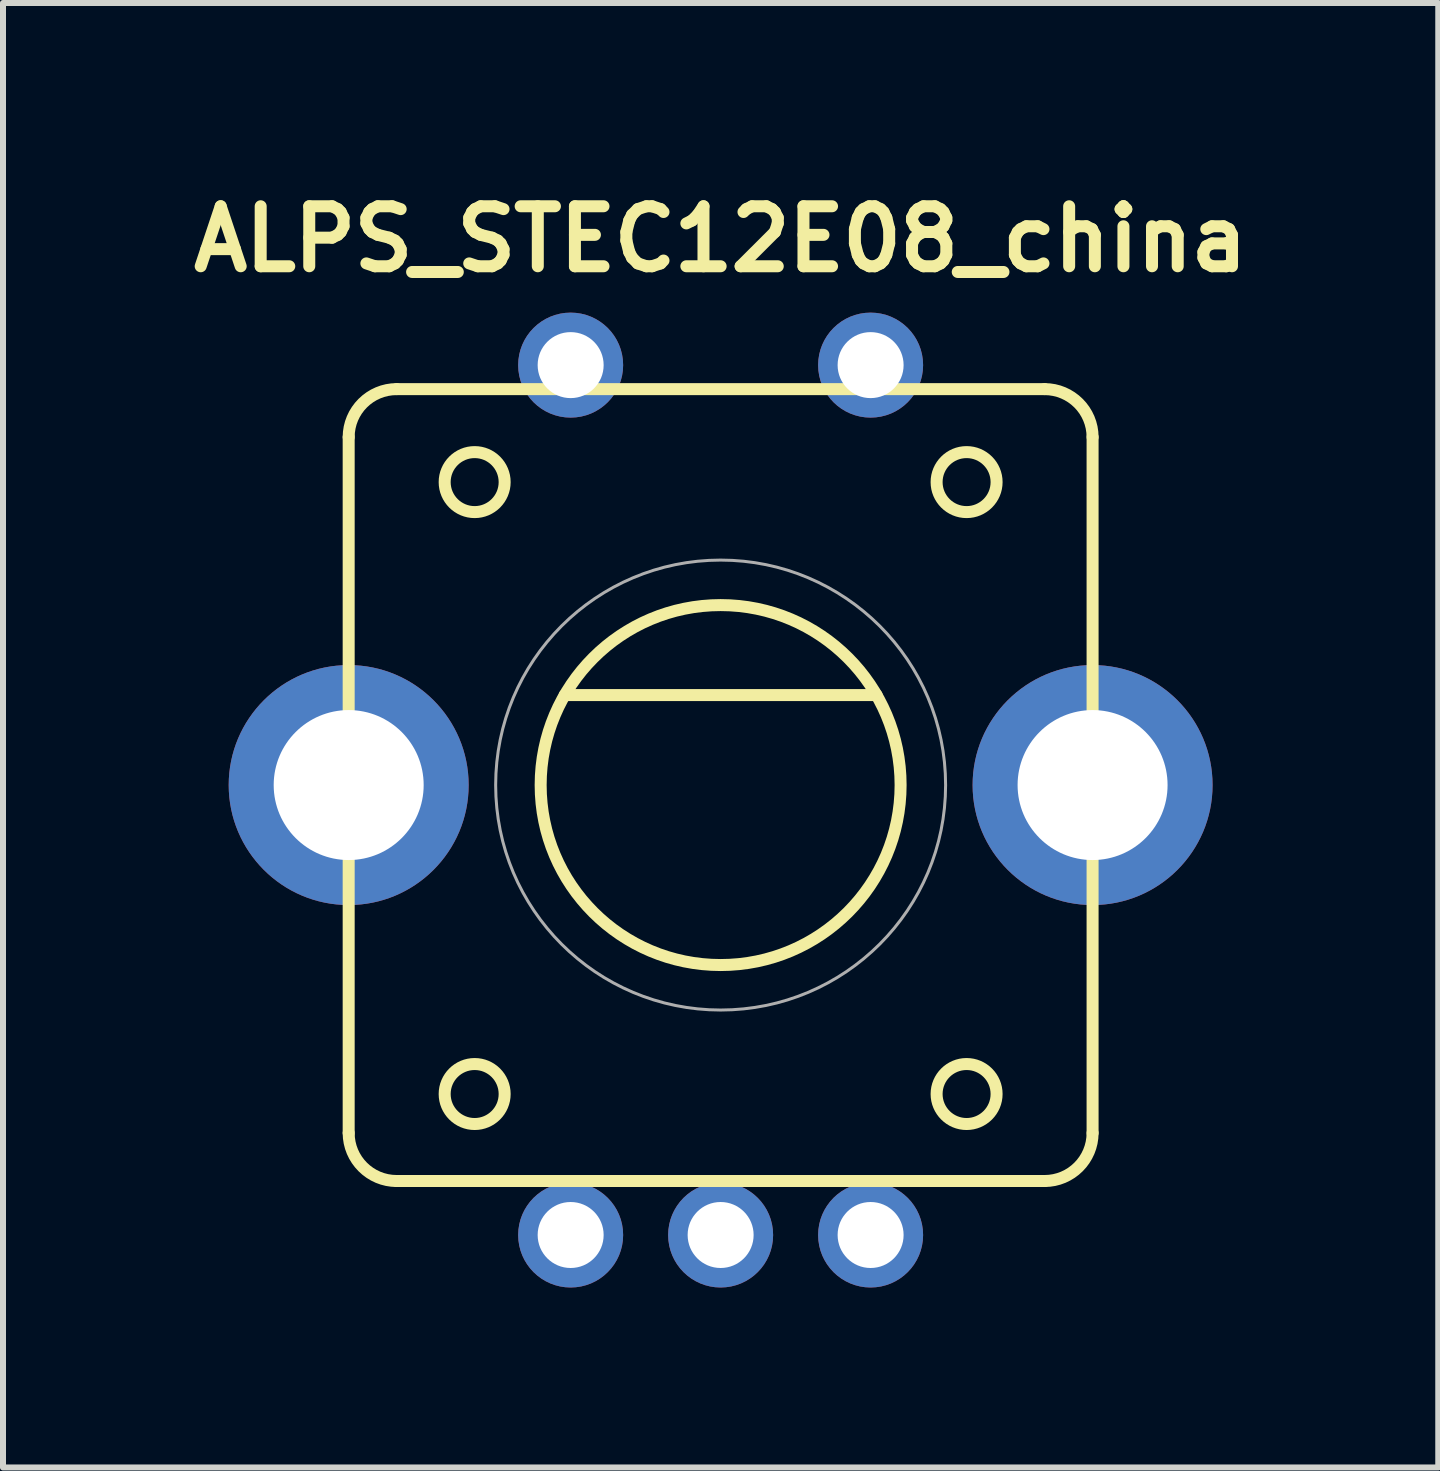
<source format=kicad_pcb>
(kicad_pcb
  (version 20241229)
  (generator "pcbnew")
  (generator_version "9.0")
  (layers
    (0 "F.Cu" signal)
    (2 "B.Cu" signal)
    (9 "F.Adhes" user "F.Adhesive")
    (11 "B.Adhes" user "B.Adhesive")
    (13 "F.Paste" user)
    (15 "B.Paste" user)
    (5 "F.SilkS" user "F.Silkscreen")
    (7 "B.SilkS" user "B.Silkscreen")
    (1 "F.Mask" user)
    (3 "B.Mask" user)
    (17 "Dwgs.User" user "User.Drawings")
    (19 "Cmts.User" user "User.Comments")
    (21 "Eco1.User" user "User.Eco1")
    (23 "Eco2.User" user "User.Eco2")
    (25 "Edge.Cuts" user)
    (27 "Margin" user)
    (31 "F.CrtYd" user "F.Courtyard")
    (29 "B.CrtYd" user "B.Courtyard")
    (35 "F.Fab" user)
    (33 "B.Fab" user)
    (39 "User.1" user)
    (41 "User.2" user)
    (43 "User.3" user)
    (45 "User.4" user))
  (footprint "ALPS_STEC12E08_china"
    (layer "F.Cu")
    (at 8.962 10.036)
    (property "Reference" "ALPS_STEC12E08_china" (at 0 -9.1 0) (layer "F.SilkS") (effects (font (size 1 1) (thickness 0.2))))
    (attr through_hole)
    (fp_line (start -6.2 5.8) (end -6.2 -5.8) (stroke (width 0.2) (type solid)) (layer "F.SilkS"))
    (fp_line (start -5.4 -6.6) (end 5.4 -6.6) (stroke (width 0.2) (type solid)) (layer "F.SilkS"))
    (fp_line (start -5.4 6.6) (end 5.4 6.6) (stroke (width 0.2) (type solid)) (layer "F.SilkS"))
    (fp_line (start -2.6 -1.5) (end 2.6 -1.5) (stroke (width 0.2) (type solid)) (layer "F.SilkS"))
    (fp_line (start 6.2 -5.8) (end 6.2 5.8) (stroke (width 0.2) (type solid)) (layer "F.SilkS"))
    (fp_arc (start -6.2 -5.8) (mid -5.965685 -6.365685) (end -5.4 -6.6) (stroke (width 0.2) (type solid)) (layer "F.SilkS"))
    (fp_arc (start -5.4 6.6) (mid -5.965685 6.365685) (end -6.2 5.8) (stroke (width 0.2) (type solid)) (layer "F.SilkS"))
    (fp_arc (start 5.4 -6.6) (mid 5.965685 -6.365685) (end 6.2 -5.8) (stroke (width 0.2) (type solid)) (layer "F.SilkS"))
    (fp_arc (start 6.2 5.8) (mid 5.965685 6.365685) (end 5.4 6.6) (stroke (width 0.2) (type solid)) (layer "F.SilkS"))
    (fp_circle (center -4.1 -5.05) (end -3.6 -5.05) (stroke (width 0.2) (type solid)) (fill no) (layer "F.SilkS"))
    (fp_circle (center -4.1 5.15) (end -3.6 5.15) (stroke (width 0.2) (type solid)) (fill no) (layer "F.SilkS"))
    (fp_circle (center 0 0) (end 3 0) (stroke (width 0.2) (type solid)) (fill no) (layer "F.SilkS"))
    (fp_circle (center 4.1 -5.05) (end 4.6 -5.05) (stroke (width 0.2) (type solid)) (fill no) (layer "F.SilkS"))
    (fp_circle (center 4.1 5.15) (end 4.6 5.15) (stroke (width 0.2) (type solid)) (fill no) (layer "F.SilkS"))
    (fp_circle (center 0 0) (end 3.75 0) (stroke (width 0.05) (type solid)) (fill no) (layer "F.Fab"))
    (pad "1" thru_hole circle (at -2.5 7.5) (size 1.75 1.75) (drill 1.1) (layers "*.Cu" "*.Mask"))
    (pad "2" thru_hole circle (at 0 7.5) (size 1.75 1.75) (drill 1.1) (layers "*.Cu" "*.Mask"))
    (pad "3" thru_hole circle (at 2.5 7.5) (size 1.75 1.75) (drill 1.1) (layers "*.Cu" "*.Mask"))
    (pad "4" thru_hole circle (at 2.5 -7) (size 1.75 1.75) (drill 1.1) (layers "*.Cu" "*.Mask"))
    (pad "5" thru_hole circle (at -2.5 -7) (size 1.75 1.75) (drill 1.1) (layers "*.Cu" "*.Mask"))
    (pad "body" thru_hole oval (at -6.2 0) (size 4 4) (drill 2.5) (layers "*.Cu" "*.Mask"))
    (pad "body" thru_hole oval (at 6.2 0) (size 4 4) (drill 2.5) (layers "*.Cu" "*.Mask")))
  (gr_rect
    (start -3 -3)
    (end 20.924 21.411)
    (stroke (width 0.1) (type default))
    (fill no)
    (layer "Edge.Cuts")))
</source>
